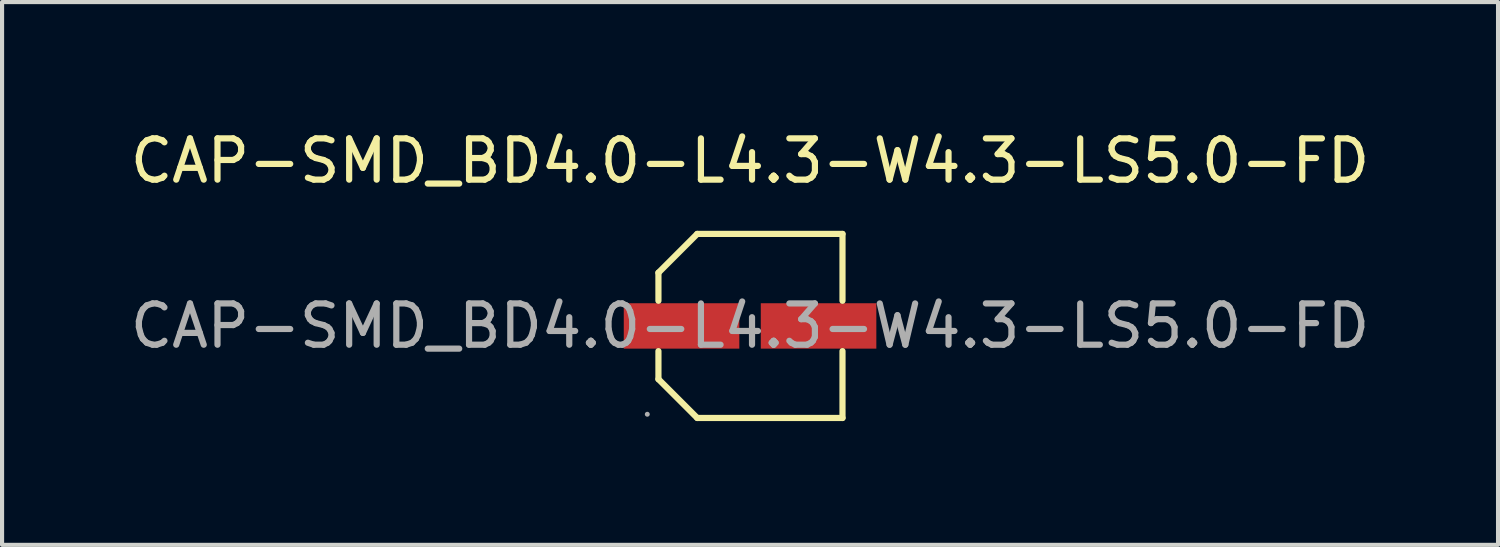
<source format=kicad_pcb>
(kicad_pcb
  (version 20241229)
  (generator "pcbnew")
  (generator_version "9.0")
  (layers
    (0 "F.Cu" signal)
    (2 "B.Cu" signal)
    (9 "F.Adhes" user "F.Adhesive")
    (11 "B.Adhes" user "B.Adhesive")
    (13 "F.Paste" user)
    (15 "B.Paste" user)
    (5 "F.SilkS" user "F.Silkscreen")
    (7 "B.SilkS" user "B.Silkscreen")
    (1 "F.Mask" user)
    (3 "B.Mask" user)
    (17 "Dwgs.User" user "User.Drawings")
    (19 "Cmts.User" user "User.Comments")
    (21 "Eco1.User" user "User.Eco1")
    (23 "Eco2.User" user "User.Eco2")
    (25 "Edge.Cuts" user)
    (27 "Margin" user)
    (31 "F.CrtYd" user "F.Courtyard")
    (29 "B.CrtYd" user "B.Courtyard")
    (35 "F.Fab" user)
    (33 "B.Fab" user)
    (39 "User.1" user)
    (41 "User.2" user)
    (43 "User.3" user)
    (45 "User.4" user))
  (footprint "CAP-SMD_BD4.0-L4.3-W4.3-LS5.0-FD"
    (layer "F.Cu")
    (at 15.125 4.848)
    (property "Reference" "CAP-SMD_BD4.0-L4.3-W4.3-LS5.0-FD" (at 0 -4 0) (layer "F.SilkS") (effects (font (size 1 1) (thickness 0.15))))
    (attr through_hole)
    (fp_line (start -2.22 -1.29) (end -2.22 -0.61) (stroke (width 0.15) (type solid)) (layer "F.SilkS"))
    (fp_line (start -2.22 1.29) (end -2.22 0.61) (stroke (width 0.15) (type solid)) (layer "F.SilkS"))
    (fp_line (start -1.28 -2.23) (end -2.22 -1.29) (stroke (width 0.15) (type solid)) (layer "F.SilkS"))
    (fp_line (start -1.28 2.23) (end -2.22 1.29) (stroke (width 0.15) (type solid)) (layer "F.SilkS"))
    (fp_line (start 2.24 -2.23) (end -1.28 -2.23) (stroke (width 0.15) (type solid)) (layer "F.SilkS"))
    (fp_line (start 2.24 -0.61) (end 2.24 -2.23) (stroke (width 0.15) (type solid)) (layer "F.SilkS"))
    (fp_line (start 2.24 0.61) (end 2.24 2.23) (stroke (width 0.15) (type solid)) (layer "F.SilkS"))
    (fp_line (start 2.24 2.23) (end -1.28 2.23) (stroke (width 0.15) (type solid)) (layer "F.SilkS"))
    (fp_circle (center -2.49 2.14) (end -2.46 2.14) (stroke (width 0.06) (type solid)) (fill no) (layer "F.Fab"))
    (fp_text user "${REFERENCE}" (at 0 0 0) (layer "F.Fab") (effects (font (size 1 1) (thickness 0.15))))
    (pad "1" smd rect (at -1.66 0) (size 2.8 1.1) (layers "F.Cu" "F.Mask" "F.Paste"))
    (pad "2" smd rect (at 1.66 0) (size 2.8 1.1) (layers "F.Cu" "F.Mask" "F.Paste")))
  (gr_rect
    (start -3 -3)
    (end 33.25 10.153)
    (stroke (width 0.1) (type default))
    (fill no)
    (layer "Edge.Cuts")))
</source>
